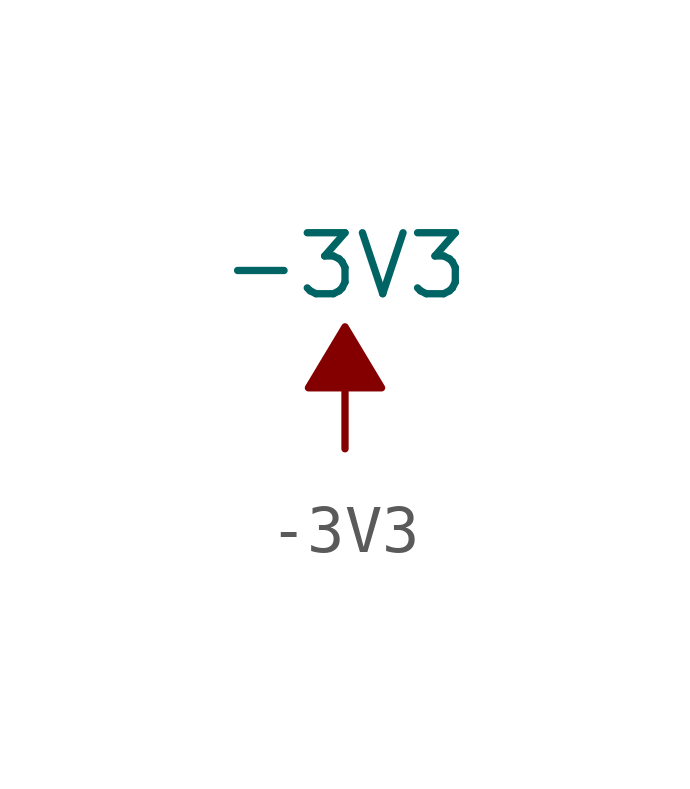
<source format=kicad_sym>
(kicad_symbol_lib
  (version 20220914)
  (generator kicad_symbol_editor)
  (symbol "-3V3"
    (power)
    (pin_names
      (offset 0))
    (property "Reference" "#PWR"
      (at 0 2.54 0)
      (effects (font (size 1.27 1.27)) hide))
    (property "Value" "-3V3"
      (at 0 3.81 0)
      (effects (font (size 1.27 1.27))))
    (symbol "-3V3_0_0"
      (pin power_in line (at 0 0 90) (length 0) hide (name "-3V3" (effects (font (size 1.27 1.27)))) (number "1" (effects (font (size 1.27 1.27))))))
    (symbol "-3V3_0_1"
      (polyline (pts (xy 0 0) (xy 0 1.27) (xy 0.762 1.27) (xy 0 2.54) (xy -0.762 1.27) (xy 0 1.27)) (stroke (width 0) (type solid)) (fill (type outline))))))
</source>
